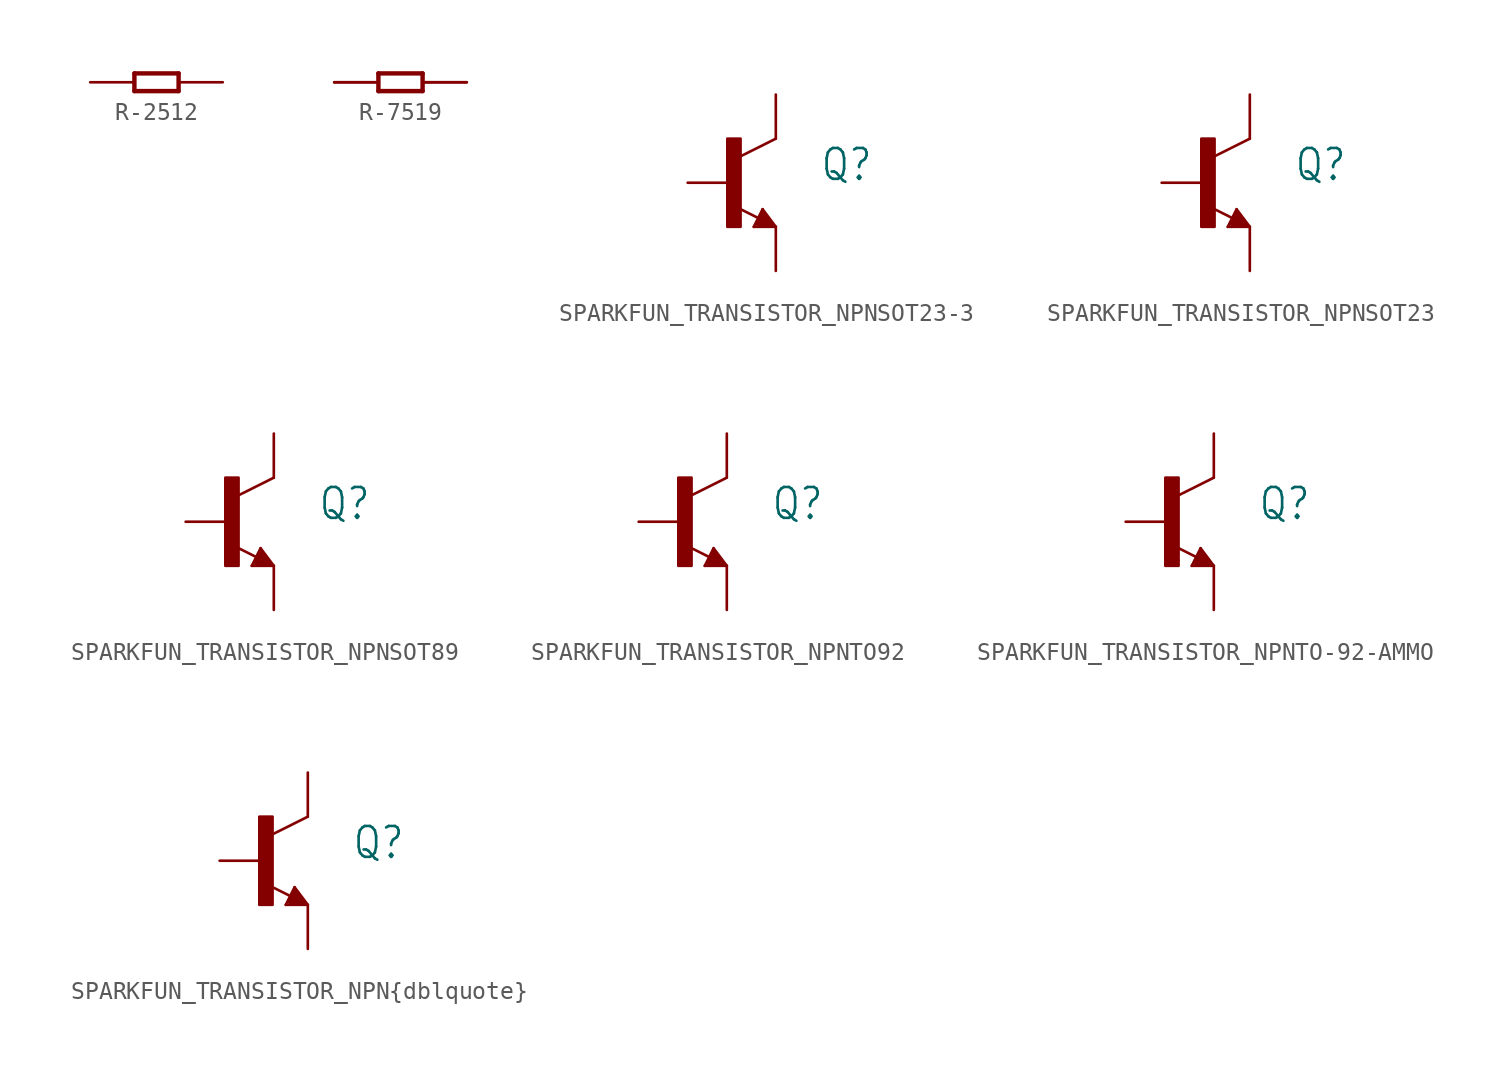
<source format=kicad_sym>
(kicad_symbol_lib
  (version 20231120)
  (generator "kicad_symbol_editor")
  (generator_version "8.0")
  (symbol "R-2512"
    (property "Reference" "R"
      (at -3.81 0 0)
      (effects (font (size 1.27 1.079)) (justify left bottom) (hide yes)))
    (property "ki_locked" ""
      (at 0 0 0)
      (effects (font (size 1.27 1.27))))
    (symbol "R-2512_1_0"
      (polyline (pts (xy -1.27 -0.508) (xy -1.27 0.508)) (stroke (width 0.254) (type solid)) (fill (type none)))
      (polyline (pts (xy -1.27 0.508) (xy 1.27 0.508)) (stroke (width 0.254) (type solid)) (fill (type none)))
      (polyline (pts (xy 1.27 -0.508) (xy -1.27 -0.508)) (stroke (width 0.254) (type solid)) (fill (type none)))
      (polyline (pts (xy 1.27 0.508) (xy 1.27 -0.508)) (stroke (width 0.254) (type solid)) (fill (type none)))
      (pin passive line (at -3.81 0 0) (length 2.54) (name "1" (effects (font (size 0 0)))) (number "1" (effects (font (size 0 0)))))
      (pin passive line (at 3.81 0 180) (length 2.54) (name "2" (effects (font (size 0 0)))) (number "2" (effects (font (size 0 0)))))))
  (symbol "R-7519"
    (property "Reference" "R"
      (at -3.81 0 0)
      (effects (font (size 1.27 1.079)) (justify left bottom) (hide yes)))
    (property "ki_locked" ""
      (at 0 0 0)
      (effects (font (size 1.27 1.27))))
    (symbol "R-7519_1_0"
      (polyline (pts (xy -1.27 -0.508) (xy -1.27 0.508)) (stroke (width 0.254) (type solid)) (fill (type none)))
      (polyline (pts (xy -1.27 0.508) (xy 1.27 0.508)) (stroke (width 0.254) (type solid)) (fill (type none)))
      (polyline (pts (xy 1.27 -0.508) (xy -1.27 -0.508)) (stroke (width 0.254) (type solid)) (fill (type none)))
      (polyline (pts (xy 1.27 0.508) (xy 1.27 -0.508)) (stroke (width 0.254) (type solid)) (fill (type none)))
      (pin passive line (at -3.81 0 0) (length 2.54) (name "1" (effects (font (size 0 0)))) (number "1" (effects (font (size 0 0)))))
      (pin passive line (at -3.81 0 0) (length 2.54) (name "1" (effects (font (size 0 0)))) (number "2" (effects (font (size 0 0)))))
      (pin passive line (at 3.81 0 180) (length 2.54) (name "2" (effects (font (size 0 0)))) (number "3" (effects (font (size 0 0)))))
      (pin passive line (at 3.81 0 180) (length 2.54) (name "2" (effects (font (size 0 0)))) (number "4" (effects (font (size 0 0)))))))
  (symbol "SPARKFUN_TRANSISTOR_NPNSOT23-3"
    (property "Reference" "Q"
      (at 5.08 0 0)
      (effects (font (size 1.778 1.511)) (justify left bottom)))
    (property "Value" ""
      (at 5.08 -2.54 0)
      (effects (font (size 1.778 1.511)) (justify left bottom)))
    (property "ki_locked" ""
      (at 0 0 0)
      (effects (font (size 1.27 1.27))))
    (symbol "SPARKFUN_TRANSISTOR_NPNSOT23-3_1_0"
      (rectangle (start -0.254 -2.54) (end 0.508 2.54) (stroke (width 0) (type default)) (fill (type outline)))
      (polyline (pts (xy 1.27 -2.54) (xy 1.778 -1.524)) (stroke (width 0.152) (type solid)) (fill (type none)))
      (polyline (pts (xy 1.524 -2.413) (xy 2.286 -2.413)) (stroke (width 0.254) (type solid)) (fill (type none)))
      (polyline (pts (xy 1.524 -2.286) (xy 1.905 -2.286)) (stroke (width 0.254) (type solid)) (fill (type none)))
      (polyline (pts (xy 1.54 -2.04) (xy 0.308 -1.424)) (stroke (width 0.152) (type solid)) (fill (type none)))
      (polyline (pts (xy 1.778 -1.778) (xy 1.524 -2.286)) (stroke (width 0.254) (type solid)) (fill (type none)))
      (polyline (pts (xy 1.778 -1.524) (xy 2.54 -2.54)) (stroke (width 0.152) (type solid)) (fill (type none)))
      (polyline (pts (xy 1.905 -2.286) (xy 1.778 -2.032)) (stroke (width 0.254) (type solid)) (fill (type none)))
      (polyline (pts (xy 2.286 -2.413) (xy 1.778 -1.778)) (stroke (width 0.254) (type solid)) (fill (type none)))
      (polyline (pts (xy 2.54 -2.54) (xy 1.27 -2.54)) (stroke (width 0.152) (type solid)) (fill (type none)))
      (polyline (pts (xy 2.54 2.54) (xy 0.508 1.524)) (stroke (width 0.152) (type solid)) (fill (type none)))
      (pin passive line (at -2.54 0 0) (length 2.54) (name "B" (effects (font (size 0 0)))) (number "1" (effects (font (size 0 0)))))
      (pin passive line (at 2.54 -5.08 90) (length 2.54) (name "E" (effects (font (size 0 0)))) (number "2" (effects (font (size 0 0)))))
      (pin passive line (at 2.54 5.08 270) (length 2.54) (name "C" (effects (font (size 0 0)))) (number "3" (effects (font (size 0 0)))))))
  (symbol "SPARKFUN_TRANSISTOR_NPNSOT23"
    (property "Reference" "Q"
      (at 5.08 0 0)
      (effects (font (size 1.778 1.511)) (justify left bottom)))
    (property "Value" ""
      (at 5.08 -2.54 0)
      (effects (font (size 1.778 1.511)) (justify left bottom)))
    (property "ki_locked" ""
      (at 0 0 0)
      (effects (font (size 1.27 1.27))))
    (symbol "SPARKFUN_TRANSISTOR_NPNSOT23_1_0"
      (rectangle (start -0.254 -2.54) (end 0.508 2.54) (stroke (width 0) (type default)) (fill (type outline)))
      (polyline (pts (xy 1.27 -2.54) (xy 1.778 -1.524)) (stroke (width 0.152) (type solid)) (fill (type none)))
      (polyline (pts (xy 1.524 -2.413) (xy 2.286 -2.413)) (stroke (width 0.254) (type solid)) (fill (type none)))
      (polyline (pts (xy 1.524 -2.286) (xy 1.905 -2.286)) (stroke (width 0.254) (type solid)) (fill (type none)))
      (polyline (pts (xy 1.54 -2.04) (xy 0.308 -1.424)) (stroke (width 0.152) (type solid)) (fill (type none)))
      (polyline (pts (xy 1.778 -1.778) (xy 1.524 -2.286)) (stroke (width 0.254) (type solid)) (fill (type none)))
      (polyline (pts (xy 1.778 -1.524) (xy 2.54 -2.54)) (stroke (width 0.152) (type solid)) (fill (type none)))
      (polyline (pts (xy 1.905 -2.286) (xy 1.778 -2.032)) (stroke (width 0.254) (type solid)) (fill (type none)))
      (polyline (pts (xy 2.286 -2.413) (xy 1.778 -1.778)) (stroke (width 0.254) (type solid)) (fill (type none)))
      (polyline (pts (xy 2.54 -2.54) (xy 1.27 -2.54)) (stroke (width 0.152) (type solid)) (fill (type none)))
      (polyline (pts (xy 2.54 2.54) (xy 0.508 1.524)) (stroke (width 0.152) (type solid)) (fill (type none)))
      (pin passive line (at -2.54 0 0) (length 2.54) (name "B" (effects (font (size 0 0)))) (number "1" (effects (font (size 0 0)))))
      (pin passive line (at 2.54 -5.08 90) (length 2.54) (name "E" (effects (font (size 0 0)))) (number "2" (effects (font (size 0 0)))))
      (pin passive line (at 2.54 5.08 270) (length 2.54) (name "C" (effects (font (size 0 0)))) (number "3" (effects (font (size 0 0)))))))
  (symbol "SPARKFUN_TRANSISTOR_NPNSOT89"
    (property "Reference" "Q"
      (at 5.08 0 0)
      (effects (font (size 1.778 1.511)) (justify left bottom)))
    (property "Value" ""
      (at 5.08 -2.54 0)
      (effects (font (size 1.778 1.511)) (justify left bottom)))
    (property "ki_locked" ""
      (at 0 0 0)
      (effects (font (size 1.27 1.27))))
    (symbol "SPARKFUN_TRANSISTOR_NPNSOT89_1_0"
      (rectangle (start -0.254 -2.54) (end 0.508 2.54) (stroke (width 0) (type default)) (fill (type outline)))
      (polyline (pts (xy 1.27 -2.54) (xy 1.778 -1.524)) (stroke (width 0.152) (type solid)) (fill (type none)))
      (polyline (pts (xy 1.524 -2.413) (xy 2.286 -2.413)) (stroke (width 0.254) (type solid)) (fill (type none)))
      (polyline (pts (xy 1.524 -2.286) (xy 1.905 -2.286)) (stroke (width 0.254) (type solid)) (fill (type none)))
      (polyline (pts (xy 1.54 -2.04) (xy 0.308 -1.424)) (stroke (width 0.152) (type solid)) (fill (type none)))
      (polyline (pts (xy 1.778 -1.778) (xy 1.524 -2.286)) (stroke (width 0.254) (type solid)) (fill (type none)))
      (polyline (pts (xy 1.778 -1.524) (xy 2.54 -2.54)) (stroke (width 0.152) (type solid)) (fill (type none)))
      (polyline (pts (xy 1.905 -2.286) (xy 1.778 -2.032)) (stroke (width 0.254) (type solid)) (fill (type none)))
      (polyline (pts (xy 2.286 -2.413) (xy 1.778 -1.778)) (stroke (width 0.254) (type solid)) (fill (type none)))
      (polyline (pts (xy 2.54 -2.54) (xy 1.27 -2.54)) (stroke (width 0.152) (type solid)) (fill (type none)))
      (polyline (pts (xy 2.54 2.54) (xy 0.508 1.524)) (stroke (width 0.152) (type solid)) (fill (type none)))
      (pin passive line (at -2.54 0 0) (length 2.54) (name "B" (effects (font (size 0 0)))) (number "1" (effects (font (size 0 0)))))
      (pin passive line (at 2.54 5.08 270) (length 2.54) (name "C" (effects (font (size 0 0)))) (number "2" (effects (font (size 0 0)))))
      (pin passive line (at 2.54 -5.08 90) (length 2.54) (name "E" (effects (font (size 0 0)))) (number "3" (effects (font (size 0 0)))))))
  (symbol "SPARKFUN_TRANSISTOR_NPNTO92"
    (property "Reference" "Q"
      (at 5.08 0 0)
      (effects (font (size 1.778 1.511)) (justify left bottom)))
    (property "Value" ""
      (at 5.08 -2.54 0)
      (effects (font (size 1.778 1.511)) (justify left bottom)))
    (property "ki_locked" ""
      (at 0 0 0)
      (effects (font (size 1.27 1.27))))
    (symbol "SPARKFUN_TRANSISTOR_NPNTO92_1_0"
      (rectangle (start -0.254 -2.54) (end 0.508 2.54) (stroke (width 0) (type default)) (fill (type outline)))
      (polyline (pts (xy 1.27 -2.54) (xy 1.778 -1.524)) (stroke (width 0.152) (type solid)) (fill (type none)))
      (polyline (pts (xy 1.524 -2.413) (xy 2.286 -2.413)) (stroke (width 0.254) (type solid)) (fill (type none)))
      (polyline (pts (xy 1.524 -2.286) (xy 1.905 -2.286)) (stroke (width 0.254) (type solid)) (fill (type none)))
      (polyline (pts (xy 1.54 -2.04) (xy 0.308 -1.424)) (stroke (width 0.152) (type solid)) (fill (type none)))
      (polyline (pts (xy 1.778 -1.778) (xy 1.524 -2.286)) (stroke (width 0.254) (type solid)) (fill (type none)))
      (polyline (pts (xy 1.778 -1.524) (xy 2.54 -2.54)) (stroke (width 0.152) (type solid)) (fill (type none)))
      (polyline (pts (xy 1.905 -2.286) (xy 1.778 -2.032)) (stroke (width 0.254) (type solid)) (fill (type none)))
      (polyline (pts (xy 2.286 -2.413) (xy 1.778 -1.778)) (stroke (width 0.254) (type solid)) (fill (type none)))
      (polyline (pts (xy 2.54 -2.54) (xy 1.27 -2.54)) (stroke (width 0.152) (type solid)) (fill (type none)))
      (polyline (pts (xy 2.54 2.54) (xy 0.508 1.524)) (stroke (width 0.152) (type solid)) (fill (type none)))
      (pin passive line (at 2.54 -5.08 90) (length 2.54) (name "E" (effects (font (size 0 0)))) (number "1" (effects (font (size 0 0)))))
      (pin passive line (at -2.54 0 0) (length 2.54) (name "B" (effects (font (size 0 0)))) (number "2" (effects (font (size 0 0)))))
      (pin passive line (at 2.54 5.08 270) (length 2.54) (name "C" (effects (font (size 0 0)))) (number "3" (effects (font (size 0 0)))))))
  (symbol "SPARKFUN_TRANSISTOR_NPNTO-92-AMMO"
    (property "Reference" "Q"
      (at 5.08 0 0)
      (effects (font (size 1.778 1.511)) (justify left bottom)))
    (property "Value" ""
      (at 5.08 -2.54 0)
      (effects (font (size 1.778 1.511)) (justify left bottom)))
    (property "ki_locked" ""
      (at 0 0 0)
      (effects (font (size 1.27 1.27))))
    (symbol "SPARKFUN_TRANSISTOR_NPNTO-92-AMMO_1_0"
      (rectangle (start -0.254 -2.54) (end 0.508 2.54) (stroke (width 0) (type default)) (fill (type outline)))
      (polyline (pts (xy 1.27 -2.54) (xy 1.778 -1.524)) (stroke (width 0.152) (type solid)) (fill (type none)))
      (polyline (pts (xy 1.524 -2.413) (xy 2.286 -2.413)) (stroke (width 0.254) (type solid)) (fill (type none)))
      (polyline (pts (xy 1.524 -2.286) (xy 1.905 -2.286)) (stroke (width 0.254) (type solid)) (fill (type none)))
      (polyline (pts (xy 1.54 -2.04) (xy 0.308 -1.424)) (stroke (width 0.152) (type solid)) (fill (type none)))
      (polyline (pts (xy 1.778 -1.778) (xy 1.524 -2.286)) (stroke (width 0.254) (type solid)) (fill (type none)))
      (polyline (pts (xy 1.778 -1.524) (xy 2.54 -2.54)) (stroke (width 0.152) (type solid)) (fill (type none)))
      (polyline (pts (xy 1.905 -2.286) (xy 1.778 -2.032)) (stroke (width 0.254) (type solid)) (fill (type none)))
      (polyline (pts (xy 2.286 -2.413) (xy 1.778 -1.778)) (stroke (width 0.254) (type solid)) (fill (type none)))
      (polyline (pts (xy 2.54 -2.54) (xy 1.27 -2.54)) (stroke (width 0.152) (type solid)) (fill (type none)))
      (polyline (pts (xy 2.54 2.54) (xy 0.508 1.524)) (stroke (width 0.152) (type solid)) (fill (type none)))
      (pin passive line (at 2.54 -5.08 90) (length 2.54) (name "E" (effects (font (size 0 0)))) (number "1" (effects (font (size 0 0)))))
      (pin passive line (at -2.54 0 0) (length 2.54) (name "B" (effects (font (size 0 0)))) (number "2" (effects (font (size 0 0)))))
      (pin passive line (at 2.54 5.08 270) (length 2.54) (name "C" (effects (font (size 0 0)))) (number "3" (effects (font (size 0 0)))))))
  (symbol "SPARKFUN_TRANSISTOR_NPN{dblquote}"
    (property "Reference" "Q"
      (at 5.08 0 0)
      (effects (font (size 1.778 1.511)) (justify left bottom)))
    (property "Value" ""
      (at 5.08 -2.54 0)
      (effects (font (size 1.778 1.511)) (justify left bottom)))
    (property "ki_locked" ""
      (at 0 0 0)
      (effects (font (size 1.27 1.27))))
    (symbol "SPARKFUN_TRANSISTOR_NPN{dblquote}_1_0"
      (rectangle (start -0.254 -2.54) (end 0.508 2.54) (stroke (width 0) (type default)) (fill (type outline)))
      (polyline (pts (xy 1.27 -2.54) (xy 1.778 -1.524)) (stroke (width 0.152) (type solid)) (fill (type none)))
      (polyline (pts (xy 1.524 -2.413) (xy 2.286 -2.413)) (stroke (width 0.254) (type solid)) (fill (type none)))
      (polyline (pts (xy 1.524 -2.286) (xy 1.905 -2.286)) (stroke (width 0.254) (type solid)) (fill (type none)))
      (polyline (pts (xy 1.54 -2.04) (xy 0.308 -1.424)) (stroke (width 0.152) (type solid)) (fill (type none)))
      (polyline (pts (xy 1.778 -1.778) (xy 1.524 -2.286)) (stroke (width 0.254) (type solid)) (fill (type none)))
      (polyline (pts (xy 1.778 -1.524) (xy 2.54 -2.54)) (stroke (width 0.152) (type solid)) (fill (type none)))
      (polyline (pts (xy 1.905 -2.286) (xy 1.778 -2.032)) (stroke (width 0.254) (type solid)) (fill (type none)))
      (polyline (pts (xy 2.286 -2.413) (xy 1.778 -1.778)) (stroke (width 0.254) (type solid)) (fill (type none)))
      (polyline (pts (xy 2.54 -2.54) (xy 1.27 -2.54)) (stroke (width 0.152) (type solid)) (fill (type none)))
      (polyline (pts (xy 2.54 2.54) (xy 0.508 1.524)) (stroke (width 0.152) (type solid)) (fill (type none)))
      (pin passive line (at -2.54 0 0) (length 2.54) (name "B" (effects (font (size 0 0)))) (number "1" (effects (font (size 0 0)))))
      (pin passive line (at 2.54 5.08 270) (length 2.54) (name "C" (effects (font (size 0 0)))) (number "2" (effects (font (size 0 0)))))
      (pin passive line (at 2.54 -5.08 90) (length 2.54) (name "E" (effects (font (size 0 0)))) (number "3" (effects (font (size 0 0))))))))
</source>
